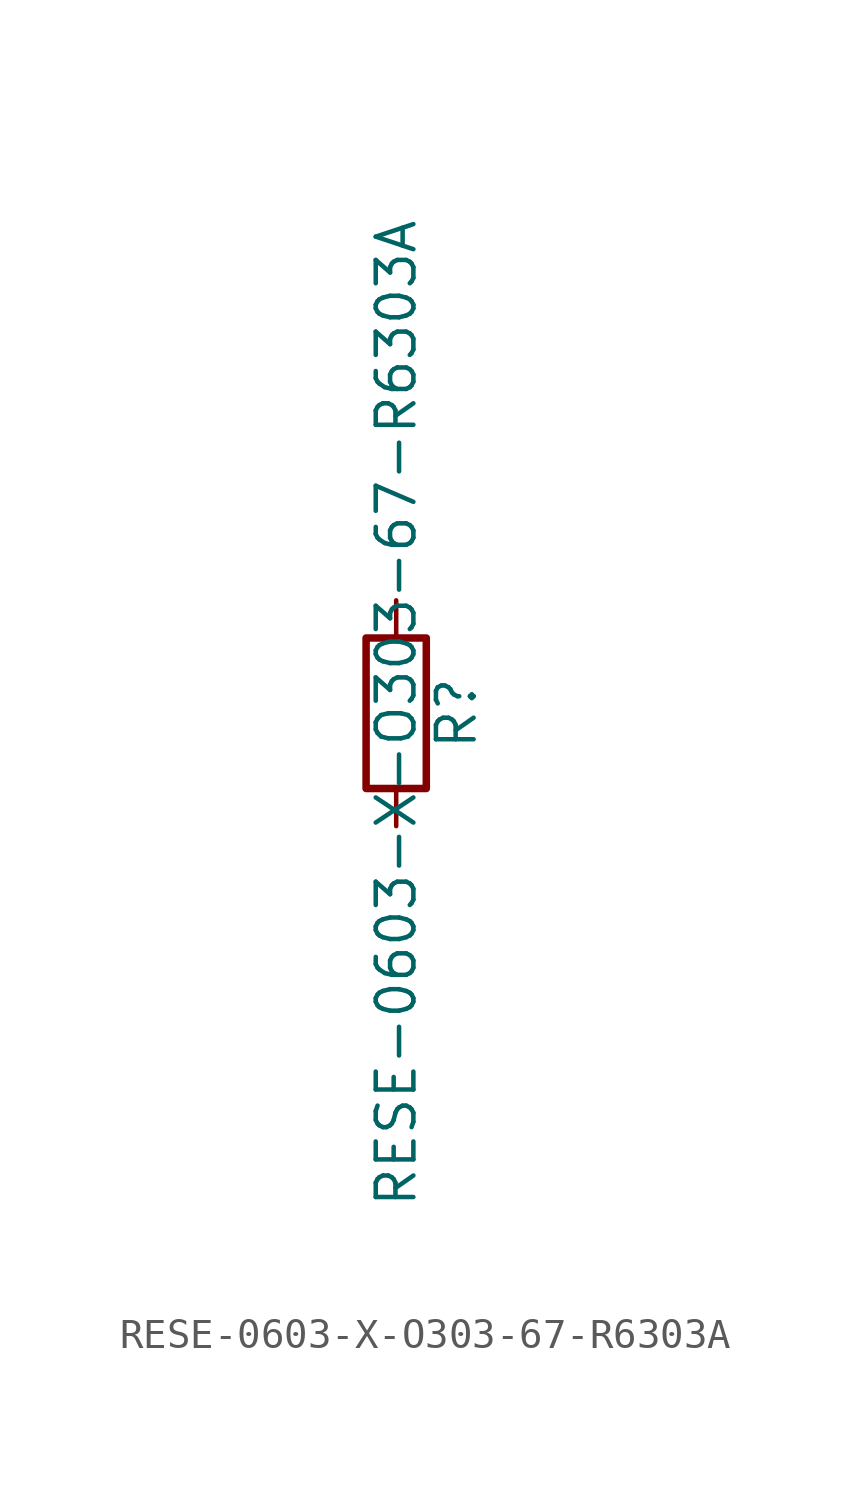
<source format=kicad_sym>
(kicad_symbol_lib
  (version 20211014)
  (generator kicad_symbol_editor)
  (symbol "RESE-0603-X-O303-67-R6303A"
    (pin_numbers hide)
    (pin_names
      (offset 0))
    (property "Reference" "R"
      (at 2.032 0 90)
      (effects (font (size 1.27 1.27))))
    (property "Value" "RESE-0603-X-O303-67-R6303A"
      (at 0 0 90)
      (effects (font (size 1.27 1.27))))
    (symbol "RESE-0603-X-O303-67-R6303A_0_1"
      (rectangle (start -1.016 -2.54) (end 1.016 2.54) (stroke (width 0.254) (type default) (color 0 0 0 0)) (fill (type none))))
    (symbol "RESE-0603-X-O303-67-R6303A_1_1"
      (pin passive line (at 0 3.81 270) (length 1.27) (name "~" (effects (font (size 1.27 1.27)))) (number "1" (effects (font (size 1.27 1.27)))))
      (pin passive line (at 0 -3.81 90) (length 1.27) (name "~" (effects (font (size 1.27 1.27)))) (number "2" (effects (font (size 1.27 1.27))))))))
</source>
